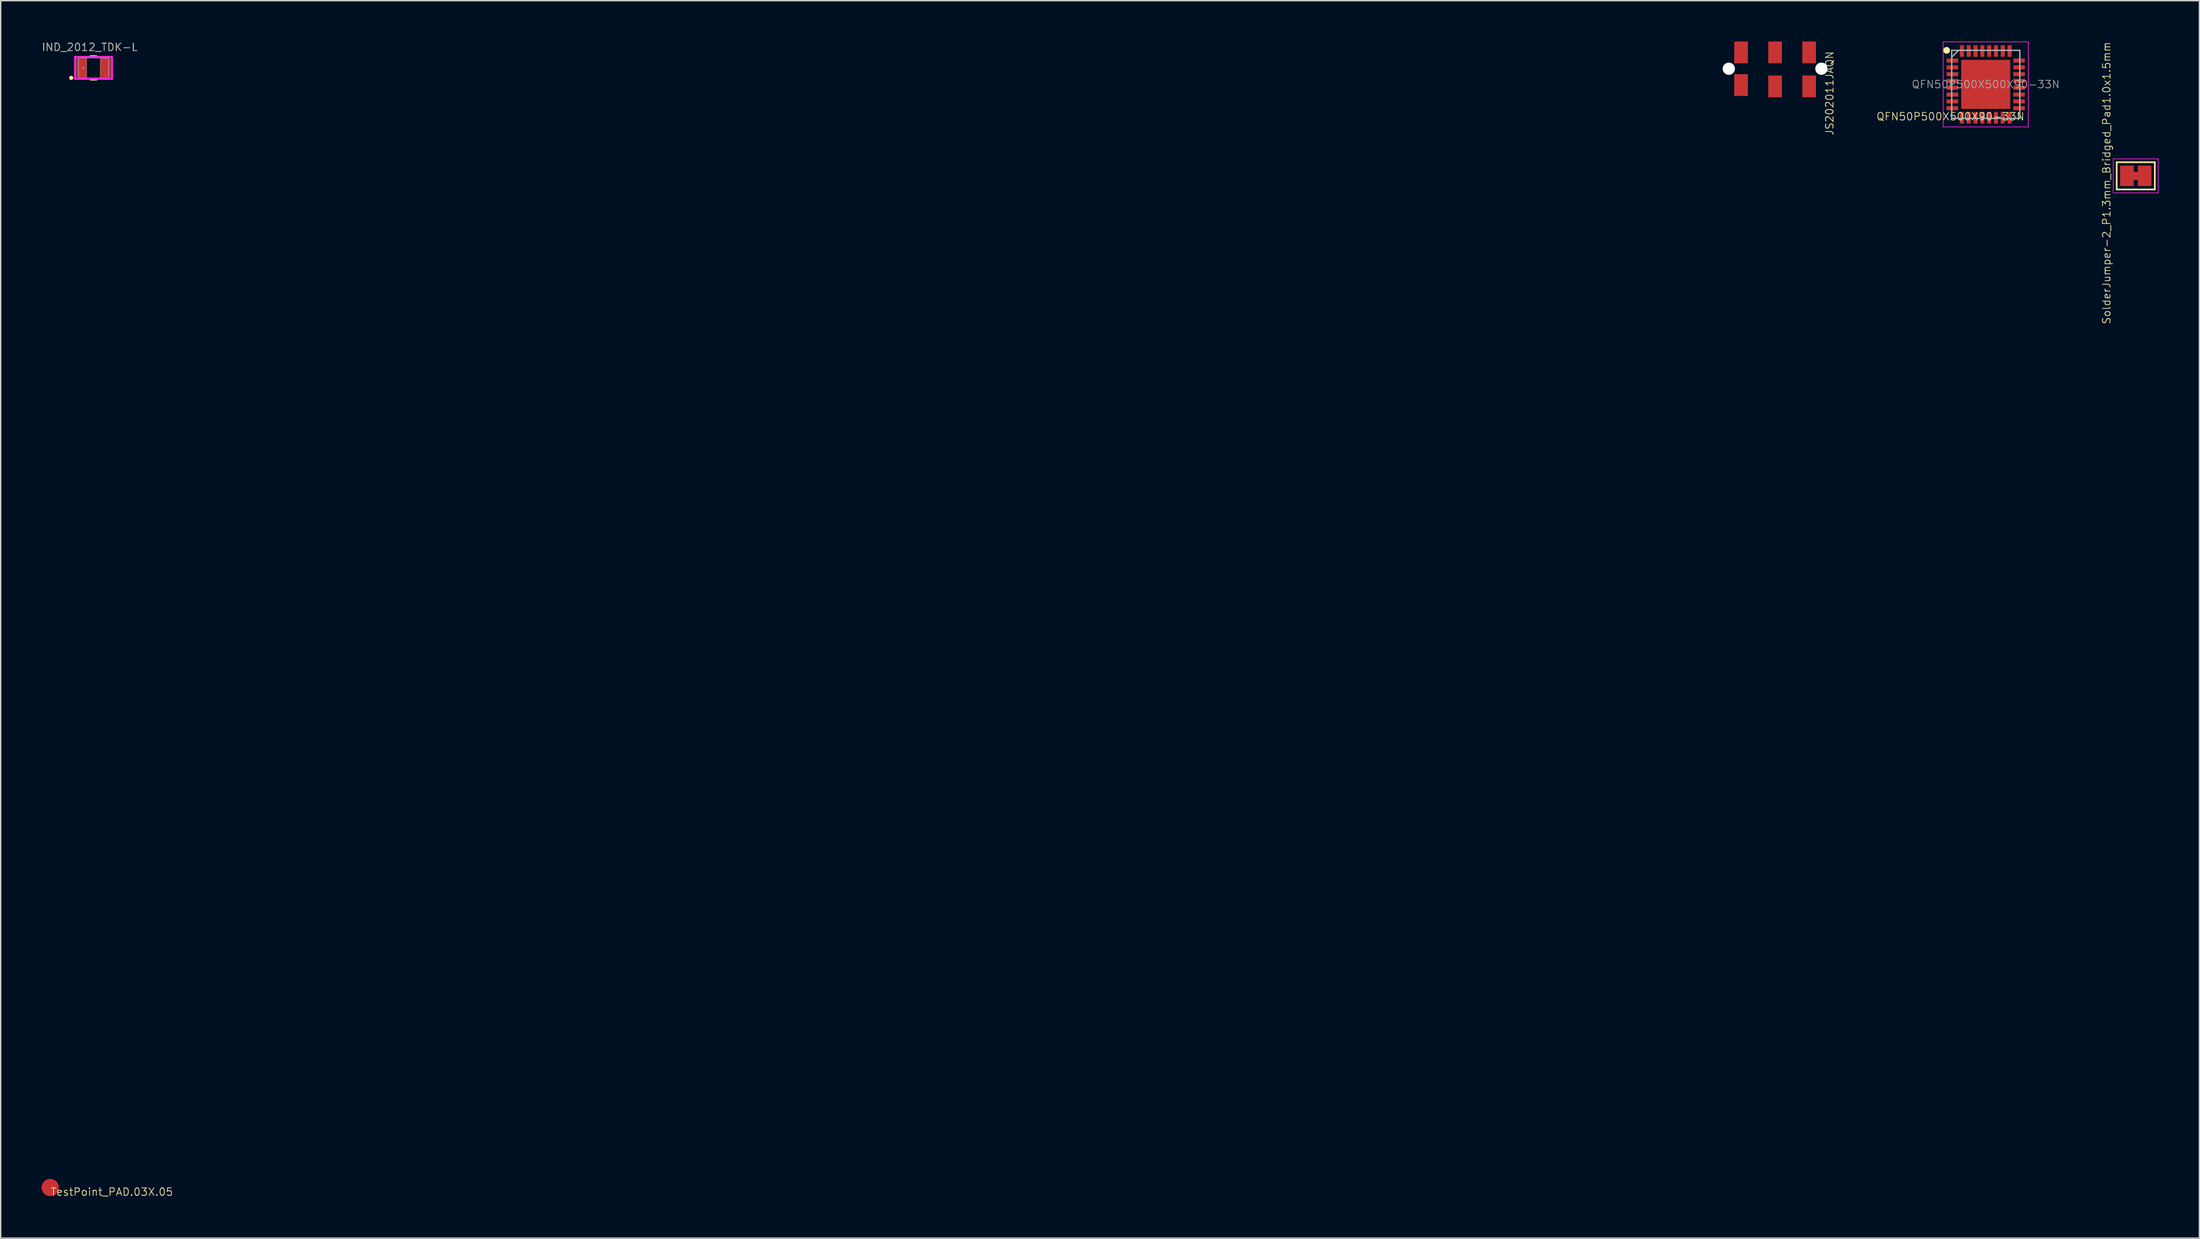
<source format=kicad_pcb>
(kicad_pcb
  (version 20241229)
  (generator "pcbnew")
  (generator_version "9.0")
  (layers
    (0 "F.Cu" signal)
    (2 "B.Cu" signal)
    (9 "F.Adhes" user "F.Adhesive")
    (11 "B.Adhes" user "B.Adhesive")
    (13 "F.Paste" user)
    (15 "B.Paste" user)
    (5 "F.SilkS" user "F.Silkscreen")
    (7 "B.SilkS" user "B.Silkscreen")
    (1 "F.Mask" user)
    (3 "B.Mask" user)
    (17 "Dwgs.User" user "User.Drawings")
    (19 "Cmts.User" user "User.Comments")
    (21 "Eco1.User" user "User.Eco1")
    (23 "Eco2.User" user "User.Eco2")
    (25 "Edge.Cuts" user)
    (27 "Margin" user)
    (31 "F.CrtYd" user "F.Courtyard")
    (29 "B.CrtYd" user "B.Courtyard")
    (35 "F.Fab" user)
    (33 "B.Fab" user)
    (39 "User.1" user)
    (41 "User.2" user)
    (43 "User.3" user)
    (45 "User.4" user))
  (footprint "SolderJumper-2_P1.3mm_Bridged_Pad1.0x1.5mm"
    (layer "F.Cu")
    (at 153.801 9.87)
    (property "Reference" "SolderJumper-2_P1.3mm_Bridged_Pad1.0x1.5mm" (at -2.141 0.525 90) (layer "F.SilkS") (effects (font (size 0.555 0.555) (thickness 0.055))))
    (attr exclude_from_pos_files)
    (fp_poly (pts (xy -0.25 -0.3) (xy 0.25 -0.3) (xy 0.25 0.3) (xy -0.25 0.3)) (stroke (width 0) (type solid)) (fill yes) (layer "F.Cu"))
    (fp_line (start -1.4 -1) (end 1.4 -1) (stroke (width 0.12) (type solid)) (layer "F.SilkS"))
    (fp_line (start -1.4 1) (end -1.4 -1) (stroke (width 0.12) (type solid)) (layer "F.SilkS"))
    (fp_line (start 1.4 -1) (end 1.4 1) (stroke (width 0.12) (type solid)) (layer "F.SilkS"))
    (fp_line (start 1.4 1) (end -1.4 1) (stroke (width 0.12) (type solid)) (layer "F.SilkS"))
    (fp_line (start -1.65 -1.25) (end -1.65 1.25) (stroke (width 0.05) (type solid)) (layer "F.CrtYd"))
    (fp_line (start -1.65 -1.25) (end 1.65 -1.25) (stroke (width 0.05) (type solid)) (layer "F.CrtYd"))
    (fp_line (start 1.65 1.25) (end -1.65 1.25) (stroke (width 0.05) (type solid)) (layer "F.CrtYd"))
    (fp_line (start 1.65 1.25) (end 1.65 -1.25) (stroke (width 0.05) (type solid)) (layer "F.CrtYd"))
    (pad "1" smd rect (at -0.65 0 180) (size 1 1.5) (layers "F.Cu" "F.Mask"))
    (pad "2" smd rect (at 0.65 0 180) (size 1 1.5) (layers "F.Cu" "F.Mask")))
  (footprint "IND_2012_TDK-L"
    (layer "F.Cu")
    (at 3.818 1.937)
    (property "Reference" "IND_2012_TDK-L" (at -0.278 -1.516 0) (unlocked yes) (layer "F.SilkS") (effects (font (size 0.555 0.555) (thickness 0.055))))
    (attr smd)
    (fp_line (start -0.204 0.852) (end 0.204 0.852) (stroke (width 0.152) (type solid)) (layer "F.SilkS"))
    (fp_line (start 0.204 -0.852) (end -0.204 -0.852) (stroke (width 0.152) (type solid)) (layer "F.SilkS"))
    (fp_circle (center -1.636 0.736) (end -1.56 0.736) (stroke (width 0.152) (type solid)) (fill no) (layer "F.SilkS"))
    (fp_line (start -1.354 -0.801) (end 1.354 -0.801) (stroke (width 0.152) (type solid)) (layer "F.CrtYd"))
    (fp_line (start -1.354 0.801) (end -1.354 -0.801) (stroke (width 0.152) (type solid)) (layer "F.CrtYd"))
    (fp_line (start 1.354 -0.801) (end 1.354 0.801) (stroke (width 0.152) (type solid)) (layer "F.CrtYd"))
    (fp_line (start 1.354 0.801) (end -1.354 0.801) (stroke (width 0.152) (type solid)) (layer "F.CrtYd"))
    (fp_line (start -1.1 -0.725) (end -1.1 0.725) (stroke (width 0.025) (type solid)) (layer "F.Fab"))
    (fp_line (start -1.1 -0.725) (end -1.1 0.725) (stroke (width 0.025) (type solid)) (layer "F.Fab"))
    (fp_line (start -1.1 0.725) (end -0.5 0.725) (stroke (width 0.025) (type solid)) (layer "F.Fab"))
    (fp_line (start -1.1 0.725) (end 1.1 0.725) (stroke (width 0.025) (type solid)) (layer "F.Fab"))
    (fp_line (start -0.5 -0.725) (end -1.1 -0.725) (stroke (width 0.025) (type solid)) (layer "F.Fab"))
    (fp_line (start -0.5 0.725) (end -0.5 -0.725) (stroke (width 0.025) (type solid)) (layer "F.Fab"))
    (fp_line (start 0.5 -0.725) (end 0.5 0.725) (stroke (width 0.025) (type solid)) (layer "F.Fab"))
    (fp_line (start 0.5 0.725) (end 1.1 0.725) (stroke (width 0.025) (type solid)) (layer "F.Fab"))
    (fp_line (start 1.1 -0.725) (end -1.1 -0.725) (stroke (width 0.025) (type solid)) (layer "F.Fab"))
    (fp_line (start 1.1 -0.725) (end 0.5 -0.725) (stroke (width 0.025) (type solid)) (layer "F.Fab"))
    (fp_line (start 1.1 0.725) (end 1.1 -0.725) (stroke (width 0.025) (type solid)) (layer "F.Fab"))
    (fp_line (start 1.1 0.725) (end 1.1 -0.725) (stroke (width 0.025) (type solid)) (layer "F.Fab"))
    (fp_circle (center -0.749 0) (end -0.673 0) (stroke (width 0.025) (type solid)) (fill no) (layer "F.Fab"))
    (fp_text user "${REFERENCE}" (at -0.278 -1.516 0) (unlocked yes) (layer "F.Fab") (effects (font (size 0.555 0.555) (thickness 0.055))))
    (pad "1" smd rect (at -0.876 0) (size 0.752 1.399) (layers "F.Cu" "F.Mask" "F.Paste"))
    (pad "2" smd rect (at 0.876 0) (size 0.752 1.399) (layers "F.Cu" "F.Mask" "F.Paste"))
    (zone (net_name "") (layer "F.Cu") (hatch full 0.508) (connect_pads) (min_thickness 0.254) (filled_areas_thickness no) (keepout (tracks not_allowed) (vias not_allowed) (pads allowed) (copperpour not_allowed) (footprints allowed)) (placement (enabled no)) (fill) (polygon (pts (xy 119.566 79.217) (xy 120.464 79.217) (xy 120.464 80.565) (xy 119.566 80.565)))))
  (footprint "TestPoint_PAD.03X.05"
    (layer "F.Cu")
    (at 0.635 84.2)
    (property "Reference" "TestPoint_PAD.03X.05" (at 0 0 0) (layer "F.SilkS") (effects (font (size 0.555 0.555) (thickness 0.055)) (justify left top)))
    (pad "P$1" smd roundrect (at 0 0) (size 1.27 1.27) (layers "F.Cu" "F.Mask") (roundrect_rratio 0.5)))
  (footprint "JS202011JAQN"
    (layer "F.Cu")
    (at 124.814 0.8)
    (property "Reference" "JS202011JAQN" (at 6.502 3.008 90) (layer "F.SilkS") (effects (font (size 0.555 0.555) (thickness 0.055))))
    (pad "" np_thru_hole circle (at -0.9 1.2 180) (size 0.9 0.9) (drill 0.9) (layers "*.Cu" "*.Mask"))
    (pad "" np_thru_hole circle (at 5.9 1.2 180) (size 0.9 0.9) (drill 0.9) (layers "*.Cu" "*.Mask"))
    (pad "1" smd rect (at 0 0 180) (size 1 1.6) (layers "F.Cu" "F.Mask" "F.Paste"))
    (pad "2" smd rect (at 2.5 0 180) (size 1 1.6) (layers "F.Cu" "F.Mask" "F.Paste"))
    (pad "3" smd rect (at 5 0 180) (size 1 1.6) (layers "F.Cu" "F.Mask" "F.Paste"))
    (pad "4" smd rect (at 0 2.4 180) (size 1 1.6) (layers "F.Cu" "F.Mask" "F.Paste"))
    (pad "5" smd rect (at 2.5 2.5 180) (size 1 1.6) (layers "F.Cu" "F.Mask" "F.Paste"))
    (pad "6" smd rect (at 5 2.5 180) (size 1 1.6) (layers "F.Cu" "F.Mask" "F.Paste")))
  (footprint "QFN50P500X500X90-33N"
    (layer "F.Cu")
    (at 142.784 3.15)
    (property "Reference" "QFN50P500X500X90-33N" (at -2.591 2.363 0) (layer "F.SilkS") (effects (font (size 0.555 0.555) (thickness 0.055))))
    (attr smd)
    (fp_circle (center -2.875 -2.5) (end -2.875 -2.375) (stroke (width 0.25) (type solid)) (fill no) (layer "F.SilkS"))
    (fp_line (start -3.125 -3.125) (end 3.125 -3.125) (stroke (width 0.05) (type solid)) (layer "F.CrtYd"))
    (fp_line (start -3.125 3.125) (end -3.125 -3.125) (stroke (width 0.05) (type solid)) (layer "F.CrtYd"))
    (fp_line (start 3.125 -3.125) (end 3.125 3.125) (stroke (width 0.05) (type solid)) (layer "F.CrtYd"))
    (fp_line (start 3.125 3.125) (end -3.125 3.125) (stroke (width 0.05) (type solid)) (layer "F.CrtYd"))
    (fp_line (start -2.5 -2.5) (end 2.5 -2.5) (stroke (width 0.1) (type solid)) (layer "F.Fab"))
    (fp_line (start -2.5 -2) (end -2 -2.5) (stroke (width 0.1) (type solid)) (layer "F.Fab"))
    (fp_line (start -2.5 2.5) (end -2.5 -2.5) (stroke (width 0.1) (type solid)) (layer "F.Fab"))
    (fp_line (start 2.5 -2.5) (end 2.5 2.5) (stroke (width 0.1) (type solid)) (layer "F.Fab"))
    (fp_line (start 2.5 2.5) (end -2.5 2.5) (stroke (width 0.1) (type solid)) (layer "F.Fab"))
    (fp_text user "${REFERENCE}" (at 0 0 0) (layer "F.Fab") (effects (font (size 0.555 0.555) (thickness 0.055))))
    (pad "1" smd rect (at -2.45 -1.75 270) (size 0.3 0.85) (layers "F.Cu" "F.Mask" "F.Paste"))
    (pad "2" smd rect (at -2.45 -1.25 270) (size 0.3 0.85) (layers "F.Cu" "F.Mask" "F.Paste"))
    (pad "3" smd rect (at -2.45 -0.75 270) (size 0.3 0.85) (layers "F.Cu" "F.Mask" "F.Paste"))
    (pad "4" smd rect (at -2.45 -0.25 270) (size 0.3 0.85) (layers "F.Cu" "F.Mask" "F.Paste"))
    (pad "5" smd rect (at -2.45 0.25 270) (size 0.3 0.85) (layers "F.Cu" "F.Mask" "F.Paste"))
    (pad "6" smd rect (at -2.45 0.75 270) (size 0.3 0.85) (layers "F.Cu" "F.Mask" "F.Paste"))
    (pad "7" smd rect (at -2.45 1.25 270) (size 0.3 0.85) (layers "F.Cu" "F.Mask" "F.Paste"))
    (pad "8" smd rect (at -2.45 1.75 270) (size 0.3 0.85) (layers "F.Cu" "F.Mask" "F.Paste"))
    (pad "9" smd rect (at -1.75 2.45 180) (size 0.3 0.85) (layers "F.Cu" "F.Mask" "F.Paste"))
    (pad "10" smd rect (at -1.25 2.45 180) (size 0.3 0.85) (layers "F.Cu" "F.Mask" "F.Paste"))
    (pad "11" smd rect (at -0.75 2.45 180) (size 0.3 0.85) (layers "F.Cu" "F.Mask" "F.Paste"))
    (pad "12" smd rect (at -0.25 2.45 180) (size 0.3 0.85) (layers "F.Cu" "F.Mask" "F.Paste"))
    (pad "13" smd rect (at 0.25 2.45 180) (size 0.3 0.85) (layers "F.Cu" "F.Mask" "F.Paste"))
    (pad "14" smd rect (at 0.75 2.45 180) (size 0.3 0.85) (layers "F.Cu" "F.Mask" "F.Paste"))
    (pad "15" smd rect (at 1.25 2.45 180) (size 0.3 0.85) (layers "F.Cu" "F.Mask" "F.Paste"))
    (pad "16" smd rect (at 1.75 2.45 180) (size 0.3 0.85) (layers "F.Cu" "F.Mask" "F.Paste"))
    (pad "17" smd rect (at 2.45 1.75 270) (size 0.3 0.85) (layers "F.Cu" "F.Mask" "F.Paste"))
    (pad "18" smd rect (at 2.45 1.25 270) (size 0.3 0.85) (layers "F.Cu" "F.Mask" "F.Paste"))
    (pad "19" smd rect (at 2.45 0.75 270) (size 0.3 0.85) (layers "F.Cu" "F.Mask" "F.Paste"))
    (pad "20" smd rect (at 2.45 0.25 270) (size 0.3 0.85) (layers "F.Cu" "F.Mask" "F.Paste"))
    (pad "21" smd rect (at 2.45 -0.25 270) (size 0.3 0.85) (layers "F.Cu" "F.Mask" "F.Paste"))
    (pad "22" smd rect (at 2.45 -0.75 270) (size 0.3 0.85) (layers "F.Cu" "F.Mask" "F.Paste"))
    (pad "23" smd rect (at 2.45 -1.25 270) (size 0.3 0.85) (layers "F.Cu" "F.Mask" "F.Paste"))
    (pad "24" smd rect (at 2.45 -1.75 270) (size 0.3 0.85) (layers "F.Cu" "F.Mask" "F.Paste"))
    (pad "25" smd rect (at 1.75 -2.45 180) (size 0.3 0.85) (layers "F.Cu" "F.Mask" "F.Paste"))
    (pad "26" smd rect (at 1.25 -2.45 180) (size 0.3 0.85) (layers "F.Cu" "F.Mask" "F.Paste"))
    (pad "27" smd rect (at 0.75 -2.45 180) (size 0.3 0.85) (layers "F.Cu" "F.Mask" "F.Paste"))
    (pad "28" smd rect (at 0.25 -2.45 180) (size 0.3 0.85) (layers "F.Cu" "F.Mask" "F.Paste"))
    (pad "29" smd rect (at -0.25 -2.45 180) (size 0.3 0.85) (layers "F.Cu" "F.Mask" "F.Paste"))
    (pad "30" smd rect (at -0.75 -2.45 180) (size 0.3 0.85) (layers "F.Cu" "F.Mask" "F.Paste"))
    (pad "31" smd rect (at -1.25 -2.45 180) (size 0.3 0.85) (layers "F.Cu" "F.Mask" "F.Paste"))
    (pad "32" smd rect (at -1.75 -2.45 180) (size 0.3 0.85) (layers "F.Cu" "F.Mask" "F.Paste"))
    (pad "33" smd rect (at 0 0 180) (size 3.6 3.6) (layers "F.Cu" "F.Mask" "F.Paste")))
  (gr_rect
    (start -3 -3)
    (end 158.476 87.92)
    (stroke (width 0.1) (type default))
    (fill no)
    (layer "Edge.Cuts")))
</source>
